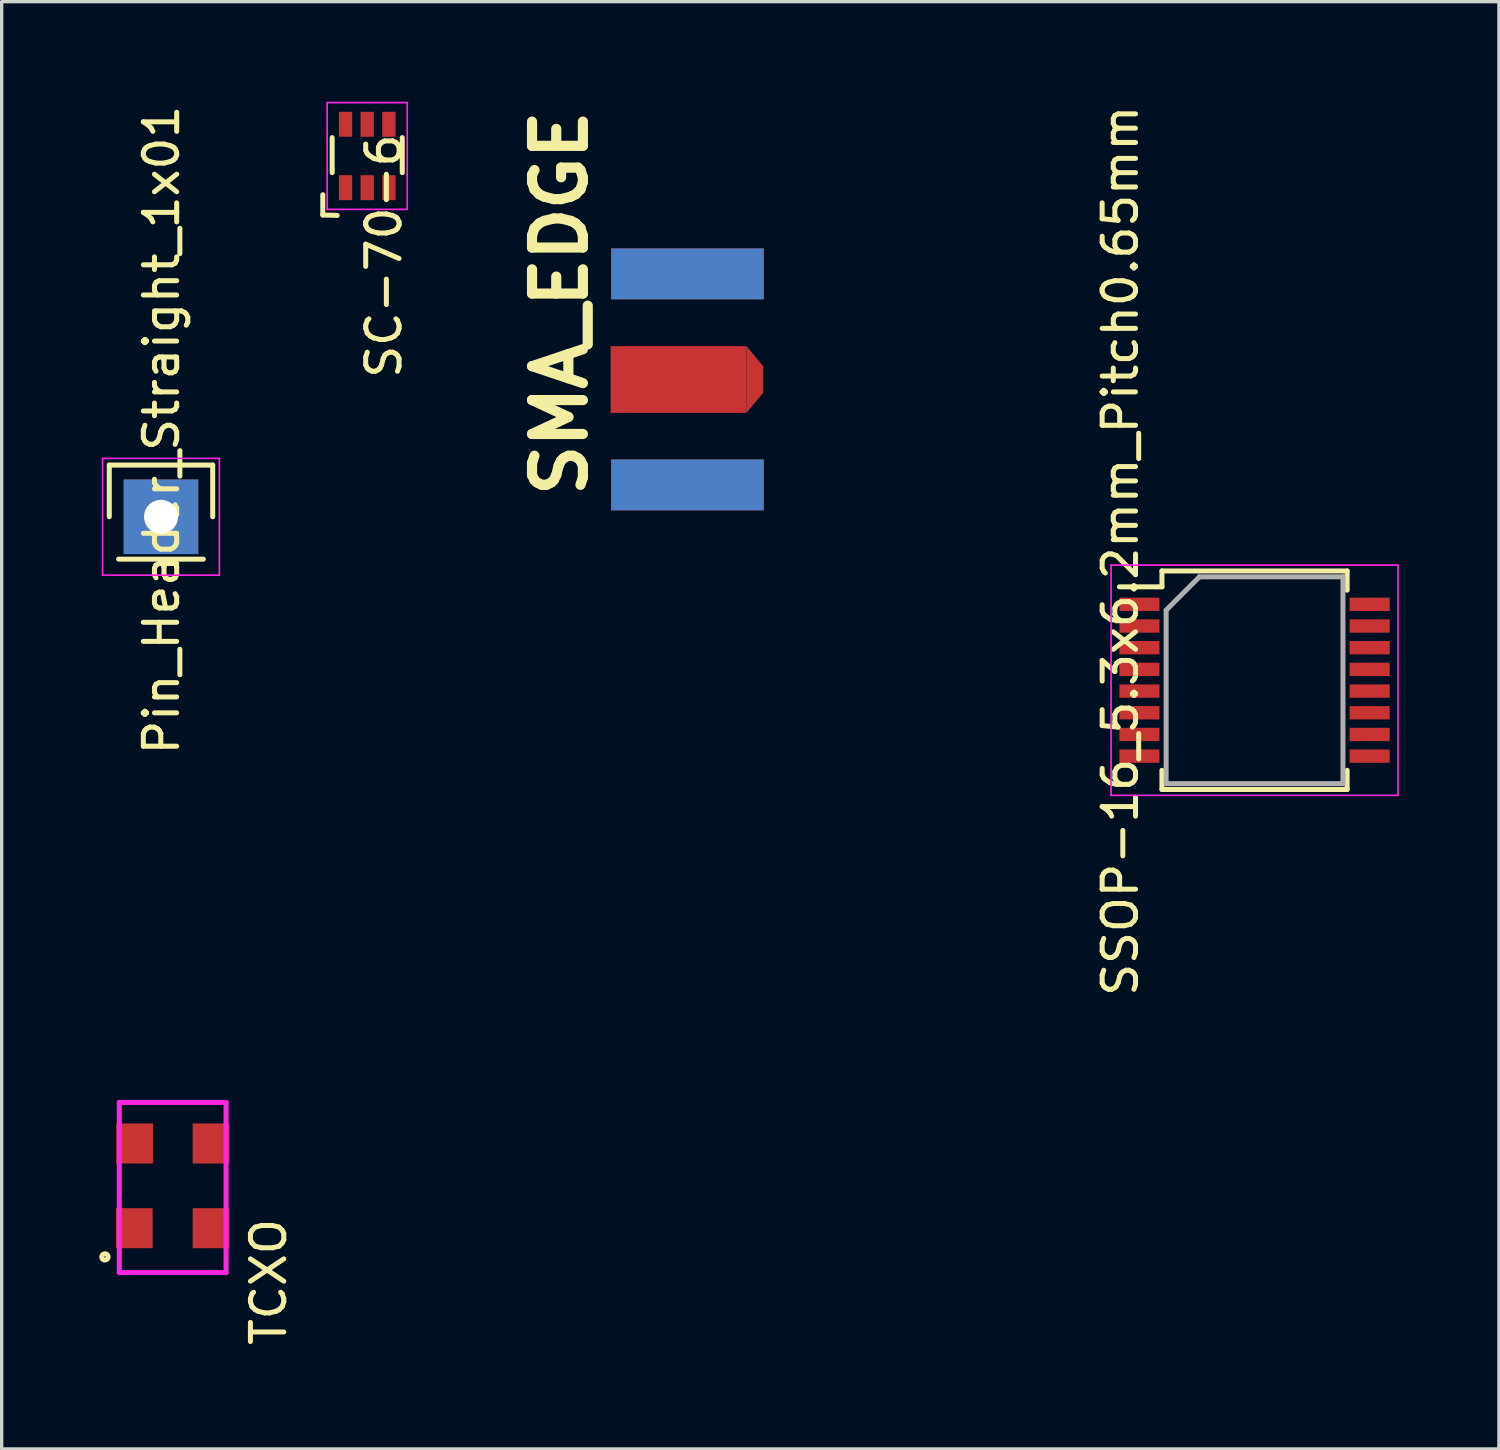
<source format=kicad_pcb>
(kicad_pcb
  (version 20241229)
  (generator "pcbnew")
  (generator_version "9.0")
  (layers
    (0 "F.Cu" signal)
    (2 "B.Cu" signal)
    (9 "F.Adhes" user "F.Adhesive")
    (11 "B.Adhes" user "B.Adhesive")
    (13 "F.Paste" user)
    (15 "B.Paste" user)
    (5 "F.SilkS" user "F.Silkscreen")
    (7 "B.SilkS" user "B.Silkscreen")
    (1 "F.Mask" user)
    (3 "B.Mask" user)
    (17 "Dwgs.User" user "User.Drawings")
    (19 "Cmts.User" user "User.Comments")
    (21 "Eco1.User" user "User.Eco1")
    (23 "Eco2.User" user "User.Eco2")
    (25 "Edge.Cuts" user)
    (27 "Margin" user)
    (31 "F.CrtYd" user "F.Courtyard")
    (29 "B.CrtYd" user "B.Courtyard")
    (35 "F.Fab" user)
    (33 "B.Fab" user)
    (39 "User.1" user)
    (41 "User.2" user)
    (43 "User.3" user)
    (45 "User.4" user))
  (footprint "Pin_Header_Straight_1x01"
    (layer "F.Cu")
    (at 1.775 12.439)
    (property "Reference" "Pin_Header_Straight_1x01" (at 0.016 -2.6 90) (layer "F.SilkS") (effects (font (size 1 1) (thickness 0.15))))
    (attr through_hole)
    (fp_line (start -1.55 -1.55) (end 1.55 -1.55) (stroke (width 0.15) (type solid)) (layer "F.SilkS"))
    (fp_line (start -1.55 0) (end -1.55 -1.55) (stroke (width 0.15) (type solid)) (layer "F.SilkS"))
    (fp_line (start -1.27 1.27) (end 1.27 1.27) (stroke (width 0.15) (type solid)) (layer "F.SilkS"))
    (fp_line (start 1.55 -1.55) (end 1.55 0) (stroke (width 0.15) (type solid)) (layer "F.SilkS"))
    (fp_line (start -1.75 -1.75) (end -1.75 1.75) (stroke (width 0.05) (type solid)) (layer "F.CrtYd"))
    (fp_line (start -1.75 -1.75) (end 1.75 -1.75) (stroke (width 0.05) (type solid)) (layer "F.CrtYd"))
    (fp_line (start -1.75 1.75) (end 1.75 1.75) (stroke (width 0.05) (type solid)) (layer "F.CrtYd"))
    (fp_line (start 1.75 -1.75) (end 1.75 1.75) (stroke (width 0.05) (type solid)) (layer "F.CrtYd"))
    (pad "1" thru_hole rect (at 0 0) (size 2.235 2.235) (drill 1.016) (layers "*.Cu" "*.Mask")))
  (footprint "SSOP-16_5.3x6.2mm_Pitch0.65mm"
    (layer "F.Cu")
    (at 34.551 17.338)
    (property "Reference" "SSOP-16_5.3x6.2mm_Pitch0.65mm" (at -4.022 -3.88 90) (layer "F.SilkS") (effects (font (size 1 1) (thickness 0.15))))
    (attr smd)
    (fp_line (start -2.775 -3.275) (end -2.775 -2.8) (stroke (width 0.15) (type solid)) (layer "F.SilkS"))
    (fp_line (start -2.775 -3.275) (end 2.775 -3.275) (stroke (width 0.15) (type solid)) (layer "F.SilkS"))
    (fp_line (start -2.775 -2.8) (end -4.05 -2.8) (stroke (width 0.15) (type solid)) (layer "F.SilkS"))
    (fp_line (start -2.775 3.275) (end -2.775 2.7) (stroke (width 0.15) (type solid)) (layer "F.SilkS"))
    (fp_line (start -2.775 3.275) (end 2.775 3.275) (stroke (width 0.15) (type solid)) (layer "F.SilkS"))
    (fp_line (start 2.775 -3.275) (end 2.775 -2.7) (stroke (width 0.15) (type solid)) (layer "F.SilkS"))
    (fp_line (start 2.775 3.275) (end 2.775 2.7) (stroke (width 0.15) (type solid)) (layer "F.SilkS"))
    (fp_line (start -4.3 -3.45) (end -4.3 3.45) (stroke (width 0.05) (type solid)) (layer "F.CrtYd"))
    (fp_line (start -4.3 -3.45) (end 4.3 -3.45) (stroke (width 0.05) (type solid)) (layer "F.CrtYd"))
    (fp_line (start -4.3 3.45) (end 4.3 3.45) (stroke (width 0.05) (type solid)) (layer "F.CrtYd"))
    (fp_line (start 4.3 -3.45) (end 4.3 3.45) (stroke (width 0.05) (type solid)) (layer "F.CrtYd"))
    (fp_line (start -2.65 -2.1) (end -1.65 -3.1) (stroke (width 0.15) (type solid)) (layer "F.Fab"))
    (fp_line (start -2.65 3.1) (end -2.65 -2.1) (stroke (width 0.15) (type solid)) (layer "F.Fab"))
    (fp_line (start -1.65 -3.1) (end 2.65 -3.1) (stroke (width 0.15) (type solid)) (layer "F.Fab"))
    (fp_line (start 2.65 -3.1) (end 2.65 3.1) (stroke (width 0.15) (type solid)) (layer "F.Fab"))
    (fp_line (start 2.65 3.1) (end -2.65 3.1) (stroke (width 0.15) (type solid)) (layer "F.Fab"))
    (pad "1" smd rect (at -3.45 -2.275) (size 1.2 0.4) (layers "F.Cu" "F.Mask" "F.Paste"))
    (pad "2" smd rect (at -3.45 -1.625) (size 1.2 0.4) (layers "F.Cu" "F.Mask" "F.Paste"))
    (pad "3" smd rect (at -3.45 -0.975) (size 1.2 0.4) (layers "F.Cu" "F.Mask" "F.Paste"))
    (pad "4" smd rect (at -3.45 -0.325) (size 1.2 0.4) (layers "F.Cu" "F.Mask" "F.Paste"))
    (pad "5" smd rect (at -3.45 0.325) (size 1.2 0.4) (layers "F.Cu" "F.Mask" "F.Paste"))
    (pad "6" smd rect (at -3.45 0.975) (size 1.2 0.4) (layers "F.Cu" "F.Mask" "F.Paste"))
    (pad "7" smd rect (at -3.45 1.625) (size 1.2 0.4) (layers "F.Cu" "F.Mask" "F.Paste"))
    (pad "8" smd rect (at -3.45 2.275) (size 1.2 0.4) (layers "F.Cu" "F.Mask" "F.Paste"))
    (pad "9" smd rect (at 3.45 2.275) (size 1.2 0.4) (layers "F.Cu" "F.Mask" "F.Paste"))
    (pad "10" smd rect (at 3.45 1.625) (size 1.2 0.4) (layers "F.Cu" "F.Mask" "F.Paste"))
    (pad "11" smd rect (at 3.45 0.975) (size 1.2 0.4) (layers "F.Cu" "F.Mask" "F.Paste"))
    (pad "12" smd rect (at 3.45 0.325) (size 1.2 0.4) (layers "F.Cu" "F.Mask" "F.Paste"))
    (pad "13" smd rect (at 3.45 -0.325) (size 1.2 0.4) (layers "F.Cu" "F.Mask" "F.Paste"))
    (pad "14" smd rect (at 3.45 -0.975) (size 1.2 0.4) (layers "F.Cu" "F.Mask" "F.Paste"))
    (pad "15" smd rect (at 3.45 -1.625) (size 1.2 0.4) (layers "F.Cu" "F.Mask" "F.Paste"))
    (pad "16" smd rect (at 3.45 -2.275) (size 1.2 0.4) (layers "F.Cu" "F.Mask" "F.Paste")))
  (footprint "SMA_EDGE"
    (layer "F.Cu")
    (at 26.431 7.054)
    (property "Reference" "SMA_EDGE" (at -12.7 -1.016 90) (layer "F.SilkS") (effects (font (size 1.524 1.524) (thickness 0.305))))
    (attr through_hole)
    (pad "0" connect rect (at -8.877 -1.895) (size 4.572 1.524) (layers "*.Cu" "F.Mask"))
    (pad "1" connect rect (at -9.144 1.27) (size 4.072 1.999) (layers "F.Cu" "F.Mask"))
    (pad "1" connect trapezoid (at -6.858 1.27) (size 0.5 1.4) (rect_delta 0.599 0) (layers "F.Cu" "F.Mask"))
    (pad "2" connect rect (at -8.877 4.43) (size 4.572 1.524) (layers "*.Cu" "F.Mask")))
  (footprint "TCXO"
    (layer "F.Cu")
    (at 2.125 32.492)
    (property "Reference" "TCXO" (at 2.876 2.88 90) (layer "F.SilkS") (effects (font (size 1 1) (thickness 0.15))))
    (attr through_hole)
    (fp_circle (center -2.03 2.13) (end -2.01 2.13) (stroke (width 0.15) (type solid)) (fill no) (layer "F.SilkS"))
    (fp_line (start -1.6 -2.5) (end 1.6 -2.5) (stroke (width 0.15) (type solid)) (layer "F.CrtYd"))
    (fp_line (start -1.6 0.2) (end -1.6 -2.5) (stroke (width 0.15) (type solid)) (layer "F.CrtYd"))
    (fp_line (start -1.6 2.6) (end -1.6 0.2) (stroke (width 0.15) (type solid)) (layer "F.CrtYd"))
    (fp_line (start 1.6 -2.5) (end 1.6 2.6) (stroke (width 0.15) (type solid)) (layer "F.CrtYd"))
    (fp_line (start 1.6 2.6) (end -1.6 2.6) (stroke (width 0.15) (type solid)) (layer "F.CrtYd"))
    (pad "1" smd rect (at -1.15 1.27) (size 1.1 1.2) (layers "F.Cu" "F.Mask" "F.Paste"))
    (pad "2" smd rect (at 1.15 1.27) (size 1.1 1.2) (layers "F.Cu" "F.Mask" "F.Paste"))
    (pad "3" smd rect (at 1.15 -1.27) (size 1.1 1.2) (layers "F.Cu" "F.Mask" "F.Paste"))
    (pad "4" smd rect (at -1.14 -1.27) (size 1.1 1.2) (layers "F.Cu" "F.Mask" "F.Paste")))
  (footprint "SC-70-6"
    (layer "F.Cu")
    (at 7.956 1.625)
    (property "Reference" "SC-70-6" (at 0.5 3 90) (layer "F.SilkS") (effects (font (size 1 1) (thickness 0.15))))
    (attr smd)
    (fp_line (start -1.331 1.161) (end -1.331 1.77) (stroke (width 0.15) (type solid)) (layer "F.SilkS"))
    (fp_line (start -1.331 1.77) (end -0.899 1.781) (stroke (width 0.15) (type solid)) (layer "F.SilkS"))
    (fp_line (start -1.05 -0.55) (end -1.05 0.5) (stroke (width 0.15) (type solid)) (layer "F.SilkS"))
    (fp_line (start 1.05 0.5) (end 1.05 -0.55) (stroke (width 0.15) (type solid)) (layer "F.SilkS"))
    (fp_line (start -1.2 -1.6) (end 1.2 -1.6) (stroke (width 0.05) (type solid)) (layer "F.CrtYd"))
    (fp_line (start -1.2 1.6) (end -1.2 -1.6) (stroke (width 0.05) (type solid)) (layer "F.CrtYd"))
    (fp_line (start 1.2 -1.6) (end 1.2 1.6) (stroke (width 0.05) (type solid)) (layer "F.CrtYd"))
    (fp_line (start 1.2 1.6) (end -1.2 1.6) (stroke (width 0.05) (type solid)) (layer "F.CrtYd"))
    (pad "1" smd rect (at -0.65 0.95) (size 0.399 0.749) (layers "F.Cu" "F.Mask" "F.Paste"))
    (pad "2" smd rect (at 0 0.95) (size 0.399 0.749) (layers "F.Cu" "F.Mask" "F.Paste"))
    (pad "3" smd rect (at 0.65 0.95) (size 0.399 0.749) (layers "F.Cu" "F.Mask" "F.Paste"))
    (pad "4" smd rect (at 0.65 -0.95) (size 0.399 0.749) (layers "F.Cu" "F.Mask" "F.Paste"))
    (pad "5" smd rect (at 0 -0.95) (size 0.399 0.749) (layers "F.Cu" "F.Mask" "F.Paste"))
    (pad "6" smd rect (at -0.65 -0.95) (size 0.399 0.749) (layers "F.Cu" "F.Mask" "F.Paste")))
  (gr_rect
    (start -3 -3)
    (end 41.876 40.378)
    (stroke (width 0.1) (type default))
    (fill no)
    (layer "Edge.Cuts")))
</source>
